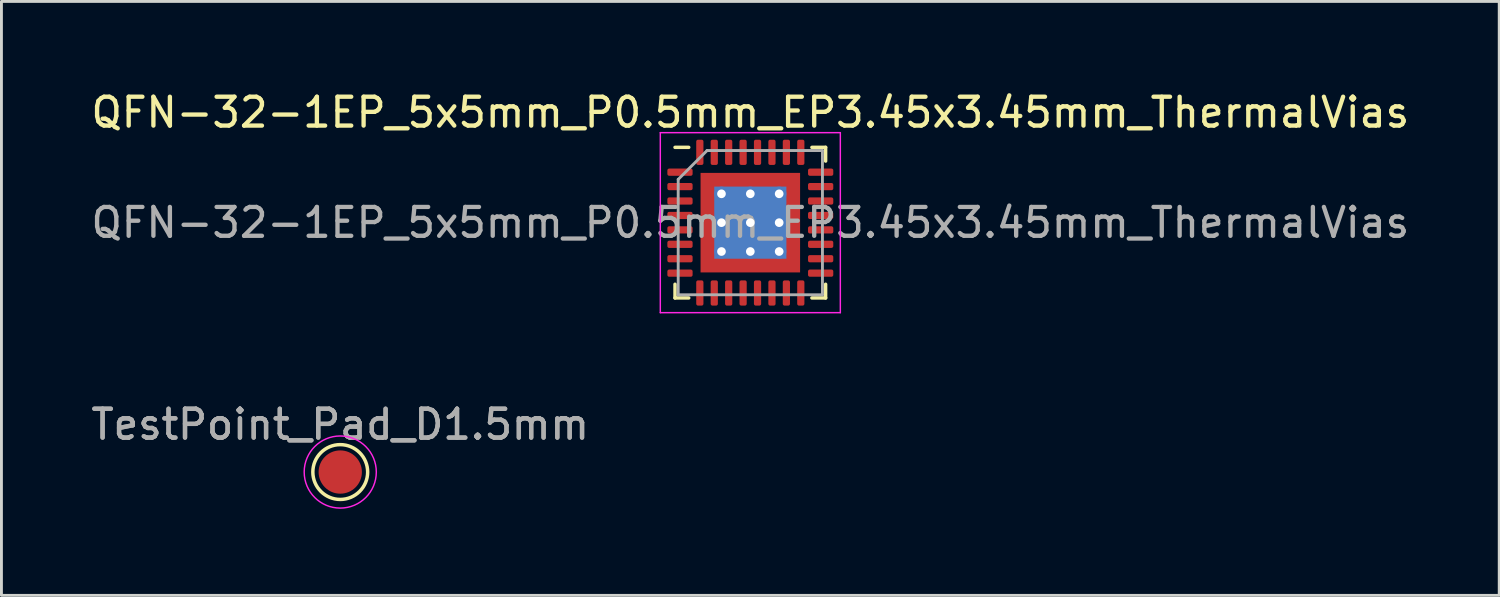
<source format=kicad_pcb>
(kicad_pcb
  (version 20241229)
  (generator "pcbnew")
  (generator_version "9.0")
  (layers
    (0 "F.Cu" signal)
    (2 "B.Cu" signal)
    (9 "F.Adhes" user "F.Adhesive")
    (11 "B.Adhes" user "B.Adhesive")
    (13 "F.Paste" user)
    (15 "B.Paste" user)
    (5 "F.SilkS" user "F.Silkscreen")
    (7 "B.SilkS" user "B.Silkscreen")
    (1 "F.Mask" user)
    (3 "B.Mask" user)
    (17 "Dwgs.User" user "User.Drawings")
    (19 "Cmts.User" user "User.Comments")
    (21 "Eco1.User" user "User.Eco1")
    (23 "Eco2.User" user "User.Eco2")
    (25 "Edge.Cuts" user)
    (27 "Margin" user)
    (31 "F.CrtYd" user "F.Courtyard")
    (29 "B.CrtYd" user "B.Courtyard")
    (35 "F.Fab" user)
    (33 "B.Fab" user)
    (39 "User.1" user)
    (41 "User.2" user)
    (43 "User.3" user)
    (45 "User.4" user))
  (footprint "QFN-32-1EP_5x5mm_P0.5mm_EP3.45x3.45mm_ThermalVias"
    (layer "F.Cu")
    (at 22.958 4.668)
    (property "Reference" "QFN-32-1EP_5x5mm_P0.5mm_EP3.45x3.45mm_ThermalVias" (at 0 -3.82 0) (layer "F.SilkS") (effects (font (size 1 1) (thickness 0.15))))
    (attr smd)
    (fp_line (start -2.61 2.61) (end -2.61 2.135) (stroke (width 0.12) (type solid)) (layer "F.SilkS"))
    (fp_line (start -2.135 -2.61) (end -2.61 -2.61) (stroke (width 0.12) (type solid)) (layer "F.SilkS"))
    (fp_line (start -2.135 2.61) (end -2.61 2.61) (stroke (width 0.12) (type solid)) (layer "F.SilkS"))
    (fp_line (start 2.135 -2.61) (end 2.61 -2.61) (stroke (width 0.12) (type solid)) (layer "F.SilkS"))
    (fp_line (start 2.135 2.61) (end 2.61 2.61) (stroke (width 0.12) (type solid)) (layer "F.SilkS"))
    (fp_line (start 2.61 -2.61) (end 2.61 -2.135) (stroke (width 0.12) (type solid)) (layer "F.SilkS"))
    (fp_line (start 2.61 2.61) (end 2.61 2.135) (stroke (width 0.12) (type solid)) (layer "F.SilkS"))
    (fp_line (start -3.12 -3.12) (end -3.12 3.12) (stroke (width 0.05) (type solid)) (layer "F.CrtYd"))
    (fp_line (start -3.12 3.12) (end 3.12 3.12) (stroke (width 0.05) (type solid)) (layer "F.CrtYd"))
    (fp_line (start 3.12 -3.12) (end -3.12 -3.12) (stroke (width 0.05) (type solid)) (layer "F.CrtYd"))
    (fp_line (start 3.12 3.12) (end 3.12 -3.12) (stroke (width 0.05) (type solid)) (layer "F.CrtYd"))
    (fp_line (start -2.5 -1.5) (end -1.5 -2.5) (stroke (width 0.1) (type solid)) (layer "F.Fab"))
    (fp_line (start -2.5 2.5) (end -2.5 -1.5) (stroke (width 0.1) (type solid)) (layer "F.Fab"))
    (fp_line (start -1.5 -2.5) (end 2.5 -2.5) (stroke (width 0.1) (type solid)) (layer "F.Fab"))
    (fp_line (start 2.5 -2.5) (end 2.5 2.5) (stroke (width 0.1) (type solid)) (layer "F.Fab"))
    (fp_line (start 2.5 2.5) (end -2.5 2.5) (stroke (width 0.1) (type solid)) (layer "F.Fab"))
    (fp_text user "${REFERENCE}" (at 0 0 0) (layer "F.Fab") (effects (font (size 1 1) (thickness 0.15))))
    (pad "" smd custom (at -1.363 -1.363) (size 0.484 0.484) (layers "F.Paste") (options (anchor circle)) (primitives (gr_poly (pts (xy 0.192 0.108) (xy 0.108 0.192) (xy -0.192 0.192) (xy -0.192 -0.192) (xy 0.192 -0.192)) (width 0.201) (fill yes))))
    (pad "" smd custom (at -1.363 -0.5) (size 0.503 0.503) (layers "F.Paste") (options (anchor circle)) (primitives (gr_poly (pts (xy 0.21 -0.254) (xy 0.21 0.254) (xy 0.143 0.321) (xy -0.21 0.321) (xy -0.21 -0.321) (xy 0.143 -0.321)) (width 0.164) (fill yes))))
    (pad "" smd custom (at -1.363 0.5) (size 0.503 0.503) (layers "F.Paste") (options (anchor circle)) (primitives (gr_poly (pts (xy 0.21 -0.254) (xy 0.21 0.254) (xy 0.143 0.321) (xy -0.21 0.321) (xy -0.21 -0.321) (xy 0.143 -0.321)) (width 0.164) (fill yes))))
    (pad "" smd custom (at -1.363 1.363) (size 0.484 0.484) (layers "F.Paste") (options (anchor circle)) (primitives (gr_poly (pts (xy 0.192 -0.108) (xy 0.192 0.192) (xy -0.192 0.192) (xy -0.192 -0.192) (xy 0.108 -0.192)) (width 0.201) (fill yes))))
    (pad "" smd custom (at -0.5 -1.363) (size 0.503 0.503) (layers "F.Paste") (options (anchor circle)) (primitives (gr_poly (pts (xy 0.321 0.143) (xy 0.254 0.21) (xy -0.254 0.21) (xy -0.321 0.143) (xy -0.321 -0.21) (xy 0.321 -0.21)) (width 0.164) (fill yes))))
    (pad "" smd roundrect (at -0.5 -0.5) (size 0.806 0.806) (layers "F.Paste") (roundrect_rratio 0.25))
    (pad "" smd roundrect (at -0.5 0.5) (size 0.806 0.806) (layers "F.Paste") (roundrect_rratio 0.25))
    (pad "" smd custom (at -0.5 1.363) (size 0.503 0.503) (layers "F.Paste") (options (anchor circle)) (primitives (gr_poly (pts (xy 0.321 -0.143) (xy 0.321 0.21) (xy -0.321 0.21) (xy -0.321 -0.143) (xy -0.254 -0.21) (xy 0.254 -0.21)) (width 0.164) (fill yes))))
    (pad "" smd custom (at 0.5 -1.363) (size 0.503 0.503) (layers "F.Paste") (options (anchor circle)) (primitives (gr_poly (pts (xy 0.321 0.143) (xy 0.254 0.21) (xy -0.254 0.21) (xy -0.321 0.143) (xy -0.321 -0.21) (xy 0.321 -0.21)) (width 0.164) (fill yes))))
    (pad "" smd roundrect (at 0.5 -0.5) (size 0.806 0.806) (layers "F.Paste") (roundrect_rratio 0.25))
    (pad "" smd roundrect (at 0.5 0.5) (size 0.806 0.806) (layers "F.Paste") (roundrect_rratio 0.25))
    (pad "" smd custom (at 0.5 1.363) (size 0.503 0.503) (layers "F.Paste") (options (anchor circle)) (primitives (gr_poly (pts (xy 0.321 -0.143) (xy 0.321 0.21) (xy -0.321 0.21) (xy -0.321 -0.143) (xy -0.254 -0.21) (xy 0.254 -0.21)) (width 0.164) (fill yes))))
    (pad "" smd custom (at 1.363 -1.363) (size 0.484 0.484) (layers "F.Paste") (options (anchor circle)) (primitives (gr_poly (pts (xy 0.192 0.192) (xy -0.108 0.192) (xy -0.192 0.108) (xy -0.192 -0.192) (xy 0.192 -0.192)) (width 0.201) (fill yes))))
    (pad "" smd custom (at 1.363 -0.5) (size 0.503 0.503) (layers "F.Paste") (options (anchor circle)) (primitives (gr_poly (pts (xy 0.21 0.321) (xy -0.143 0.321) (xy -0.21 0.254) (xy -0.21 -0.254) (xy -0.143 -0.321) (xy 0.21 -0.321)) (width 0.164) (fill yes))))
    (pad "" smd custom (at 1.363 0.5) (size 0.503 0.503) (layers "F.Paste") (options (anchor circle)) (primitives (gr_poly (pts (xy 0.21 0.321) (xy -0.143 0.321) (xy -0.21 0.254) (xy -0.21 -0.254) (xy -0.143 -0.321) (xy 0.21 -0.321)) (width 0.164) (fill yes))))
    (pad "" smd custom (at 1.363 1.363) (size 0.484 0.484) (layers "F.Paste") (options (anchor circle)) (primitives (gr_poly (pts (xy 0.192 0.192) (xy -0.192 0.192) (xy -0.192 -0.108) (xy -0.108 -0.192) (xy 0.192 -0.192)) (width 0.201) (fill yes))))
    (pad "1" smd roundrect (at -2.438 -1.75) (size 0.875 0.25) (layers "F.Cu" "F.Mask" "F.Paste") (roundrect_rratio 0.25))
    (pad "2" smd roundrect (at -2.438 -1.25) (size 0.875 0.25) (layers "F.Cu" "F.Mask" "F.Paste") (roundrect_rratio 0.25))
    (pad "3" smd roundrect (at -2.438 -0.75) (size 0.875 0.25) (layers "F.Cu" "F.Mask" "F.Paste") (roundrect_rratio 0.25))
    (pad "4" smd roundrect (at -2.438 -0.25) (size 0.875 0.25) (layers "F.Cu" "F.Mask" "F.Paste") (roundrect_rratio 0.25))
    (pad "5" smd roundrect (at -2.438 0.25) (size 0.875 0.25) (layers "F.Cu" "F.Mask" "F.Paste") (roundrect_rratio 0.25))
    (pad "6" smd roundrect (at -2.438 0.75) (size 0.875 0.25) (layers "F.Cu" "F.Mask" "F.Paste") (roundrect_rratio 0.25))
    (pad "7" smd roundrect (at -2.438 1.25) (size 0.875 0.25) (layers "F.Cu" "F.Mask" "F.Paste") (roundrect_rratio 0.25))
    (pad "8" smd roundrect (at -2.438 1.75) (size 0.875 0.25) (layers "F.Cu" "F.Mask" "F.Paste") (roundrect_rratio 0.25))
    (pad "9" smd roundrect (at -1.75 2.438) (size 0.25 0.875) (layers "F.Cu" "F.Mask" "F.Paste") (roundrect_rratio 0.25))
    (pad "10" smd roundrect (at -1.25 2.438) (size 0.25 0.875) (layers "F.Cu" "F.Mask" "F.Paste") (roundrect_rratio 0.25))
    (pad "11" smd roundrect (at -0.75 2.438) (size 0.25 0.875) (layers "F.Cu" "F.Mask" "F.Paste") (roundrect_rratio 0.25))
    (pad "12" smd roundrect (at -0.25 2.438) (size 0.25 0.875) (layers "F.Cu" "F.Mask" "F.Paste") (roundrect_rratio 0.25))
    (pad "13" smd roundrect (at 0.25 2.438) (size 0.25 0.875) (layers "F.Cu" "F.Mask" "F.Paste") (roundrect_rratio 0.25))
    (pad "14" smd roundrect (at 0.75 2.438) (size 0.25 0.875) (layers "F.Cu" "F.Mask" "F.Paste") (roundrect_rratio 0.25))
    (pad "15" smd roundrect (at 1.25 2.438) (size 0.25 0.875) (layers "F.Cu" "F.Mask" "F.Paste") (roundrect_rratio 0.25))
    (pad "16" smd roundrect (at 1.75 2.438) (size 0.25 0.875) (layers "F.Cu" "F.Mask" "F.Paste") (roundrect_rratio 0.25))
    (pad "17" smd roundrect (at 2.438 1.75) (size 0.875 0.25) (layers "F.Cu" "F.Mask" "F.Paste") (roundrect_rratio 0.25))
    (pad "18" smd roundrect (at 2.438 1.25) (size 0.875 0.25) (layers "F.Cu" "F.Mask" "F.Paste") (roundrect_rratio 0.25))
    (pad "19" smd roundrect (at 2.438 0.75) (size 0.875 0.25) (layers "F.Cu" "F.Mask" "F.Paste") (roundrect_rratio 0.25))
    (pad "20" smd roundrect (at 2.438 0.25) (size 0.875 0.25) (layers "F.Cu" "F.Mask" "F.Paste") (roundrect_rratio 0.25))
    (pad "21" smd roundrect (at 2.438 -0.25) (size 0.875 0.25) (layers "F.Cu" "F.Mask" "F.Paste") (roundrect_rratio 0.25))
    (pad "22" smd roundrect (at 2.438 -0.75) (size 0.875 0.25) (layers "F.Cu" "F.Mask" "F.Paste") (roundrect_rratio 0.25))
    (pad "23" smd roundrect (at 2.438 -1.25) (size 0.875 0.25) (layers "F.Cu" "F.Mask" "F.Paste") (roundrect_rratio 0.25))
    (pad "24" smd roundrect (at 2.438 -1.75) (size 0.875 0.25) (layers "F.Cu" "F.Mask" "F.Paste") (roundrect_rratio 0.25))
    (pad "25" smd roundrect (at 1.75 -2.438) (size 0.25 0.875) (layers "F.Cu" "F.Mask" "F.Paste") (roundrect_rratio 0.25))
    (pad "26" smd roundrect (at 1.25 -2.438) (size 0.25 0.875) (layers "F.Cu" "F.Mask" "F.Paste") (roundrect_rratio 0.25))
    (pad "27" smd roundrect (at 0.75 -2.438) (size 0.25 0.875) (layers "F.Cu" "F.Mask" "F.Paste") (roundrect_rratio 0.25))
    (pad "28" smd roundrect (at 0.25 -2.438) (size 0.25 0.875) (layers "F.Cu" "F.Mask" "F.Paste") (roundrect_rratio 0.25))
    (pad "29" smd roundrect (at -0.25 -2.438) (size 0.25 0.875) (layers "F.Cu" "F.Mask" "F.Paste") (roundrect_rratio 0.25))
    (pad "30" smd roundrect (at -0.75 -2.438) (size 0.25 0.875) (layers "F.Cu" "F.Mask" "F.Paste") (roundrect_rratio 0.25))
    (pad "31" smd roundrect (at -1.25 -2.438) (size 0.25 0.875) (layers "F.Cu" "F.Mask" "F.Paste") (roundrect_rratio 0.25))
    (pad "32" smd roundrect (at -1.75 -2.438) (size 0.25 0.875) (layers "F.Cu" "F.Mask" "F.Paste") (roundrect_rratio 0.25))
    (pad "33" thru_hole circle (at -1 -1) (size 0.5 0.5) (drill 0.3) (layers "*.Cu"))
    (pad "33" thru_hole circle (at -1 0) (size 0.5 0.5) (drill 0.3) (layers "*.Cu"))
    (pad "33" thru_hole circle (at -1 1) (size 0.5 0.5) (drill 0.3) (layers "*.Cu"))
    (pad "33" thru_hole circle (at 0 -1) (size 0.5 0.5) (drill 0.3) (layers "*.Cu"))
    (pad "33" thru_hole circle (at 0 0) (size 0.5 0.5) (drill 0.3) (layers "*.Cu"))
    (pad "33" smd rect (at 0 0) (size 2.5 2.5) (layers "B.Cu"))
    (pad "33" smd rect (at 0 0) (size 3.45 3.45) (layers "F.Cu" "F.Mask"))
    (pad "33" thru_hole circle (at 0 1) (size 0.5 0.5) (drill 0.3) (layers "*.Cu"))
    (pad "33" thru_hole circle (at 1 -1) (size 0.5 0.5) (drill 0.3) (layers "*.Cu"))
    (pad "33" thru_hole circle (at 1 0) (size 0.5 0.5) (drill 0.3) (layers "*.Cu"))
    (pad "33" thru_hole circle (at 1 1) (size 0.5 0.5) (drill 0.3) (layers "*.Cu")))
  (footprint "TestPoint_Pad_D1.5mm"
    (layer "F.Cu")
    (at 8.744 13.312)
    (property "Reference" "TestPoint_Pad_D1.5mm" (at 0 -1.648 0) (layer "F.Fab") (effects (font (size 1 1) (thickness 0.15))))
    (attr exclude_from_pos_files exclude_from_bom)
    (fp_circle (center 0 0) (end 0 0.95) (stroke (width 0.12) (type solid)) (fill no) (layer "F.SilkS"))
    (fp_circle (center 0 0) (end 1.25 0) (stroke (width 0.05) (type solid)) (fill no) (layer "F.CrtYd"))
    (fp_text user "${REFERENCE}" (at 0 -1.65 0) (layer "F.Fab") (effects (font (size 1 1) (thickness 0.15))))
    (pad "1" smd circle (at 0 0) (size 1.5 1.5) (layers "F.Cu" "F.Mask")))
  (gr_rect
    (start -3 -3)
    (end 48.917 17.587)
    (stroke (width 0.1) (type default))
    (fill no)
    (layer "Edge.Cuts")))
</source>
